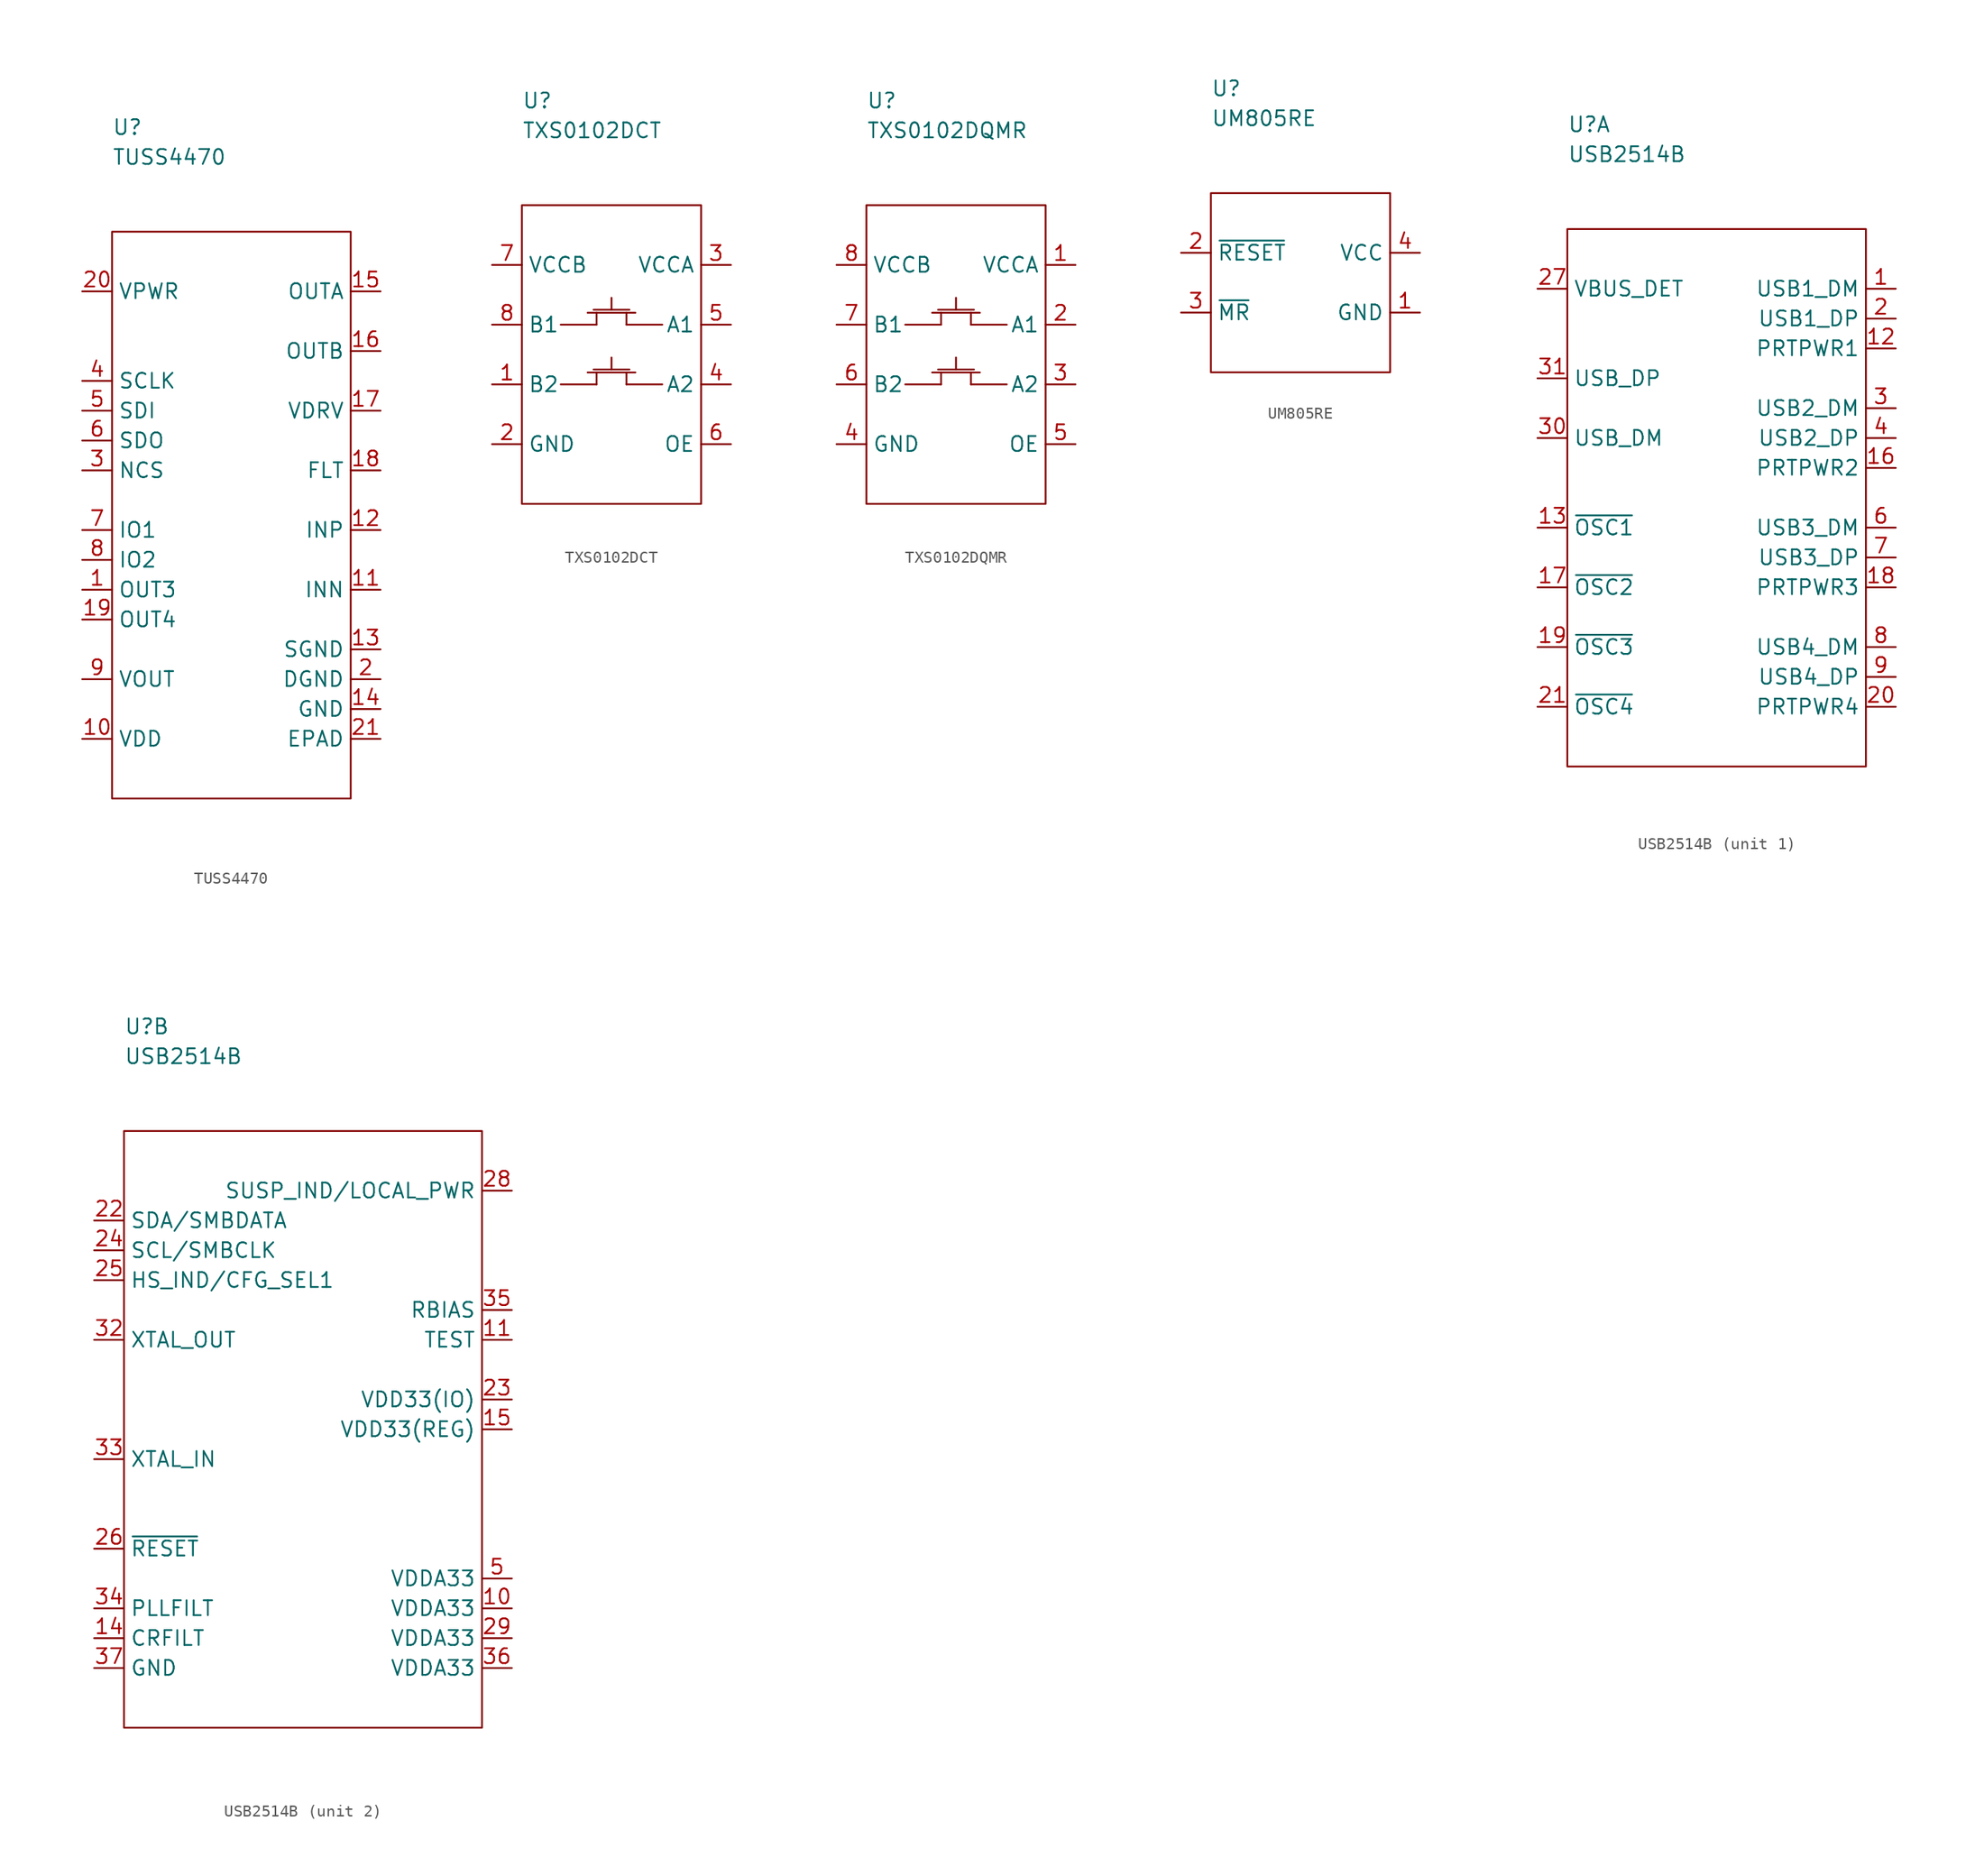
<source format=kicad_sym>
(kicad_symbol_lib
  (version 20211014)
  (generator kicad_symbol_editor)
  (symbol "TUSS4470"
    (property "Reference" "U"
      (at 0 8.89 0)
      (effects (font (size 1.27 1.27)) (justify left)))
    (property "Value" "TUSS4470"
      (at 0 6.35 0)
      (effects (font (size 1.27 1.27)) (justify left)))
    (symbol "TUSS4470_0_1"
      (rectangle (start 0 0) (end 20.32 -48.26) (stroke (width 0) (type default) (color 0 0 0 0)) (fill (type none))))
    (symbol "TUSS4470_1_1"
      (pin passive line (at -2.54 -30.48 0) (length 2.54) (name "OUT3" (effects (font (size 1.27 1.27)))) (number "1" (effects (font (size 1.27 1.27)))))
      (pin passive line (at -2.54 -43.18 0) (length 2.54) (name "VDD" (effects (font (size 1.27 1.27)))) (number "10" (effects (font (size 1.27 1.27)))))
      (pin passive line (at 22.86 -30.48 180) (length 2.54) (name "INN" (effects (font (size 1.27 1.27)))) (number "11" (effects (font (size 1.27 1.27)))))
      (pin passive line (at 22.86 -25.4 180) (length 2.54) (name "INP" (effects (font (size 1.27 1.27)))) (number "12" (effects (font (size 1.27 1.27)))))
      (pin passive line (at 22.86 -35.56 180) (length 2.54) (name "SGND" (effects (font (size 1.27 1.27)))) (number "13" (effects (font (size 1.27 1.27)))))
      (pin passive line (at 22.86 -40.64 180) (length 2.54) (name "GND" (effects (font (size 1.27 1.27)))) (number "14" (effects (font (size 1.27 1.27)))))
      (pin passive line (at 22.86 -5.08 180) (length 2.54) (name "OUTA" (effects (font (size 1.27 1.27)))) (number "15" (effects (font (size 1.27 1.27)))))
      (pin passive line (at 22.86 -10.16 180) (length 2.54) (name "OUTB" (effects (font (size 1.27 1.27)))) (number "16" (effects (font (size 1.27 1.27)))))
      (pin passive line (at 22.86 -15.24 180) (length 2.54) (name "VDRV" (effects (font (size 1.27 1.27)))) (number "17" (effects (font (size 1.27 1.27)))))
      (pin passive line (at 22.86 -20.32 180) (length 2.54) (name "FLT" (effects (font (size 1.27 1.27)))) (number "18" (effects (font (size 1.27 1.27)))))
      (pin passive line (at -2.54 -33.02 0) (length 2.54) (name "OUT4" (effects (font (size 1.27 1.27)))) (number "19" (effects (font (size 1.27 1.27)))))
      (pin passive line (at 22.86 -38.1 180) (length 2.54) (name "DGND" (effects (font (size 1.27 1.27)))) (number "2" (effects (font (size 1.27 1.27)))))
      (pin passive line (at -2.54 -5.08 0) (length 2.54) (name "VPWR" (effects (font (size 1.27 1.27)))) (number "20" (effects (font (size 1.27 1.27)))))
      (pin passive line (at 22.86 -43.18 180) (length 2.54) (name "EPAD" (effects (font (size 1.27 1.27)))) (number "21" (effects (font (size 1.27 1.27)))))
      (pin passive line (at -2.54 -20.32 0) (length 2.54) (name "NCS" (effects (font (size 1.27 1.27)))) (number "3" (effects (font (size 1.27 1.27)))))
      (pin passive line (at -2.54 -12.7 0) (length 2.54) (name "SCLK" (effects (font (size 1.27 1.27)))) (number "4" (effects (font (size 1.27 1.27)))))
      (pin passive line (at -2.54 -15.24 0) (length 2.54) (name "SDI" (effects (font (size 1.27 1.27)))) (number "5" (effects (font (size 1.27 1.27)))))
      (pin passive line (at -2.54 -17.78 0) (length 2.54) (name "SDO" (effects (font (size 1.27 1.27)))) (number "6" (effects (font (size 1.27 1.27)))))
      (pin passive line (at -2.54 -25.4 0) (length 2.54) (name "IO1" (effects (font (size 1.27 1.27)))) (number "7" (effects (font (size 1.27 1.27)))))
      (pin passive line (at -2.54 -27.94 0) (length 2.54) (name "IO2" (effects (font (size 1.27 1.27)))) (number "8" (effects (font (size 1.27 1.27)))))
      (pin passive line (at -2.54 -38.1 0) (length 2.54) (name "VOUT" (effects (font (size 1.27 1.27)))) (number "9" (effects (font (size 1.27 1.27)))))))
  (symbol "TXS0102DCT"
    (property "Reference" "U"
      (at 0 8.89 0)
      (effects (font (size 1.27 1.27)) (justify left)))
    (property "Value" "TXS0102DCT"
      (at 0 6.35 0)
      (effects (font (size 1.27 1.27)) (justify left)))
    (symbol "TXS0102DCT_0_1"
      (polyline (pts (xy 3.302 -15.24) (xy 6.35 -15.24)) (stroke (width 0) (type default) (color 0 0 0 0)) (fill (type none)))
      (polyline (pts (xy 5.588 -14.224) (xy 9.652 -14.224)) (stroke (width 0) (type default) (color 0 0 0 0)) (fill (type none)))
      (polyline (pts (xy 6.096 -13.97) (xy 9.144 -13.97)) (stroke (width 0) (type default) (color 0 0 0 0)) (fill (type none)))
      (polyline (pts (xy 6.35 -15.24) (xy 6.35 -14.224)) (stroke (width 0) (type default) (color 0 0 0 0)) (fill (type none)))
      (polyline (pts (xy 7.62 -13.97) (xy 7.62 -12.954)) (stroke (width 0) (type default) (color 0 0 0 0)) (fill (type none)))
      (polyline (pts (xy 8.89 -15.24) (xy 8.89 -14.224)) (stroke (width 0) (type default) (color 0 0 0 0)) (fill (type none)))
      (polyline (pts (xy 11.938 -15.24) (xy 8.89 -15.24)) (stroke (width 0) (type default) (color 0 0 0 0)) (fill (type none)))
      (rectangle (start 0 0) (end 15.24 -25.4) (stroke (width 0.152) (type default) (color 0 0 0 0)) (fill (type none))))
    (symbol "TXS0102DCT_1_1"
      (polyline (pts (xy 3.302 -10.16) (xy 6.35 -10.16)) (stroke (width 0) (type default) (color 0 0 0 0)) (fill (type none)))
      (polyline (pts (xy 5.588 -9.144) (xy 9.652 -9.144)) (stroke (width 0) (type default) (color 0 0 0 0)) (fill (type none)))
      (polyline (pts (xy 6.096 -8.89) (xy 9.144 -8.89)) (stroke (width 0) (type default) (color 0 0 0 0)) (fill (type none)))
      (polyline (pts (xy 6.35 -10.16) (xy 6.35 -9.144)) (stroke (width 0) (type default) (color 0 0 0 0)) (fill (type none)))
      (polyline (pts (xy 7.62 -8.89) (xy 7.62 -7.874)) (stroke (width 0) (type default) (color 0 0 0 0)) (fill (type none)))
      (polyline (pts (xy 8.89 -10.16) (xy 8.89 -9.144)) (stroke (width 0) (type default) (color 0 0 0 0)) (fill (type none)))
      (polyline (pts (xy 11.938 -10.16) (xy 8.89 -10.16)) (stroke (width 0) (type default) (color 0 0 0 0)) (fill (type none)))
      (pin passive line (at -2.54 -15.24 0) (length 2.54) (name "B2" (effects (font (size 1.27 1.27)))) (number "1" (effects (font (size 1.27 1.27)))))
      (pin passive line (at -2.54 -20.32 0) (length 2.54) (name "GND" (effects (font (size 1.27 1.27)))) (number "2" (effects (font (size 1.27 1.27)))))
      (pin passive line (at 17.78 -5.08 180) (length 2.54) (name "VCCA" (effects (font (size 1.27 1.27)))) (number "3" (effects (font (size 1.27 1.27)))))
      (pin passive line (at 17.78 -15.24 180) (length 2.54) (name "A2" (effects (font (size 1.27 1.27)))) (number "4" (effects (font (size 1.27 1.27)))))
      (pin passive line (at 17.78 -10.16 180) (length 2.54) (name "A1" (effects (font (size 1.27 1.27)))) (number "5" (effects (font (size 1.27 1.27)))))
      (pin passive line (at 17.78 -20.32 180) (length 2.54) (name "OE" (effects (font (size 1.27 1.27)))) (number "6" (effects (font (size 1.27 1.27)))))
      (pin passive line (at -2.54 -5.08 0) (length 2.54) (name "VCCB" (effects (font (size 1.27 1.27)))) (number "7" (effects (font (size 1.27 1.27)))))
      (pin passive line (at -2.54 -10.16 0) (length 2.54) (name "B1" (effects (font (size 1.27 1.27)))) (number "8" (effects (font (size 1.27 1.27)))))))
  (symbol "TXS0102DQMR"
    (property "Reference" "U"
      (at 0 8.89 0)
      (effects (font (size 1.27 1.27)) (justify left)))
    (property "Value" "TXS0102DQMR"
      (at 0 6.35 0)
      (effects (font (size 1.27 1.27)) (justify left)))
    (symbol "TXS0102DQMR_0_1"
      (polyline (pts (xy 3.302 -15.24) (xy 6.35 -15.24)) (stroke (width 0) (type default) (color 0 0 0 0)) (fill (type none)))
      (polyline (pts (xy 5.588 -14.224) (xy 9.652 -14.224)) (stroke (width 0) (type default) (color 0 0 0 0)) (fill (type none)))
      (polyline (pts (xy 6.096 -13.97) (xy 9.144 -13.97)) (stroke (width 0) (type default) (color 0 0 0 0)) (fill (type none)))
      (polyline (pts (xy 6.35 -15.24) (xy 6.35 -14.224)) (stroke (width 0) (type default) (color 0 0 0 0)) (fill (type none)))
      (polyline (pts (xy 7.62 -13.97) (xy 7.62 -12.954)) (stroke (width 0) (type default) (color 0 0 0 0)) (fill (type none)))
      (polyline (pts (xy 8.89 -15.24) (xy 8.89 -14.224)) (stroke (width 0) (type default) (color 0 0 0 0)) (fill (type none)))
      (polyline (pts (xy 11.938 -15.24) (xy 8.89 -15.24)) (stroke (width 0) (type default) (color 0 0 0 0)) (fill (type none)))
      (rectangle (start 0 0) (end 15.24 -25.4) (stroke (width 0.152) (type default) (color 0 0 0 0)) (fill (type none))))
    (symbol "TXS0102DQMR_1_1"
      (polyline (pts (xy 3.302 -10.16) (xy 6.35 -10.16)) (stroke (width 0) (type default) (color 0 0 0 0)) (fill (type none)))
      (polyline (pts (xy 5.588 -9.144) (xy 9.652 -9.144)) (stroke (width 0) (type default) (color 0 0 0 0)) (fill (type none)))
      (polyline (pts (xy 6.096 -8.89) (xy 9.144 -8.89)) (stroke (width 0) (type default) (color 0 0 0 0)) (fill (type none)))
      (polyline (pts (xy 6.35 -10.16) (xy 6.35 -9.144)) (stroke (width 0) (type default) (color 0 0 0 0)) (fill (type none)))
      (polyline (pts (xy 7.62 -8.89) (xy 7.62 -7.874)) (stroke (width 0) (type default) (color 0 0 0 0)) (fill (type none)))
      (polyline (pts (xy 8.89 -10.16) (xy 8.89 -9.144)) (stroke (width 0) (type default) (color 0 0 0 0)) (fill (type none)))
      (polyline (pts (xy 11.938 -10.16) (xy 8.89 -10.16)) (stroke (width 0) (type default) (color 0 0 0 0)) (fill (type none)))
      (pin passive line (at 17.78 -5.08 180) (length 2.54) (name "VCCA" (effects (font (size 1.27 1.27)))) (number "1" (effects (font (size 1.27 1.27)))))
      (pin passive line (at 17.78 -10.16 180) (length 2.54) (name "A1" (effects (font (size 1.27 1.27)))) (number "2" (effects (font (size 1.27 1.27)))))
      (pin passive line (at 17.78 -15.24 180) (length 2.54) (name "A2" (effects (font (size 1.27 1.27)))) (number "3" (effects (font (size 1.27 1.27)))))
      (pin passive line (at -2.54 -20.32 0) (length 2.54) (name "GND" (effects (font (size 1.27 1.27)))) (number "4" (effects (font (size 1.27 1.27)))))
      (pin passive line (at 17.78 -20.32 180) (length 2.54) (name "OE" (effects (font (size 1.27 1.27)))) (number "5" (effects (font (size 1.27 1.27)))))
      (pin passive line (at -2.54 -15.24 0) (length 2.54) (name "B2" (effects (font (size 1.27 1.27)))) (number "6" (effects (font (size 1.27 1.27)))))
      (pin passive line (at -2.54 -10.16 0) (length 2.54) (name "B1" (effects (font (size 1.27 1.27)))) (number "7" (effects (font (size 1.27 1.27)))))
      (pin passive line (at -2.54 -5.08 0) (length 2.54) (name "VCCB" (effects (font (size 1.27 1.27)))) (number "8" (effects (font (size 1.27 1.27)))))))
  (symbol "UM805RE"
    (property "Reference" "U"
      (at 0 8.89 0)
      (effects (font (size 1.27 1.27)) (justify left)))
    (property "Value" "UM805RE"
      (at 0 6.35 0)
      (effects (font (size 1.27 1.27)) (justify left)))
    (symbol "UM805RE_0_1"
      (rectangle (start 0 0) (end 15.24 -15.24) (stroke (width 0) (type default) (color 0 0 0 0)) (fill (type none))))
    (symbol "UM805RE_1_1"
      (pin passive line (at 17.78 -10.16 180) (length 2.54) (name "GND" (effects (font (size 1.27 1.27)))) (number "1" (effects (font (size 1.27 1.27)))))
      (pin passive line (at -2.54 -5.08 0) (length 2.54) (name "~{RESET}" (effects (font (size 1.27 1.27)))) (number "2" (effects (font (size 1.27 1.27)))))
      (pin passive line (at -2.54 -10.16 0) (length 2.54) (name "~{MR}" (effects (font (size 1.27 1.27)))) (number "3" (effects (font (size 1.27 1.27)))))
      (pin passive line (at 17.78 -5.08 180) (length 2.54) (name "VCC" (effects (font (size 1.27 1.27)))) (number "4" (effects (font (size 1.27 1.27)))))))
  (symbol "USB2514B"
    (property "Reference" "U"
      (at 0 8.89 0)
      (effects (font (size 1.27 1.27)) (justify left)))
    (property "Value" "USB2514B"
      (at 0 6.35 0)
      (effects (font (size 1.27 1.27)) (justify left)))
    (symbol "USB2514B_1_1"
      (rectangle (start 0 0) (end 25.4 -45.72) (stroke (width 0.152) (type default) (color 0 0 0 0)) (fill (type none)))
      (pin passive line (at 27.94 -5.08 180) (length 2.54) (name "USB1_DM" (effects (font (size 1.27 1.27)))) (number "1" (effects (font (size 1.27 1.27)))))
      (pin passive line (at 27.94 -10.16 180) (length 2.54) (name "PRTPWR1" (effects (font (size 1.27 1.27)))) (number "12" (effects (font (size 1.27 1.27)))))
      (pin passive line (at -2.54 -25.4 0) (length 2.54) (name "~{OSC1}" (effects (font (size 1.27 1.27)))) (number "13" (effects (font (size 1.27 1.27)))))
      (pin passive line (at 27.94 -20.32 180) (length 2.54) (name "PRTPWR2" (effects (font (size 1.27 1.27)))) (number "16" (effects (font (size 1.27 1.27)))))
      (pin passive line (at -2.54 -30.48 0) (length 2.54) (name "~{OSC2}" (effects (font (size 1.27 1.27)))) (number "17" (effects (font (size 1.27 1.27)))))
      (pin passive line (at 27.94 -30.48 180) (length 2.54) (name "PRTPWR3" (effects (font (size 1.27 1.27)))) (number "18" (effects (font (size 1.27 1.27)))))
      (pin passive line (at -2.54 -35.56 0) (length 2.54) (name "~{OSC3}" (effects (font (size 1.27 1.27)))) (number "19" (effects (font (size 1.27 1.27)))))
      (pin passive line (at 27.94 -7.62 180) (length 2.54) (name "USB1_DP" (effects (font (size 1.27 1.27)))) (number "2" (effects (font (size 1.27 1.27)))))
      (pin passive line (at 27.94 -40.64 180) (length 2.54) (name "PRTPWR4" (effects (font (size 1.27 1.27)))) (number "20" (effects (font (size 1.27 1.27)))))
      (pin passive line (at -2.54 -40.64 0) (length 2.54) (name "~{OSC4}" (effects (font (size 1.27 1.27)))) (number "21" (effects (font (size 1.27 1.27)))))
      (pin passive line (at -2.54 -5.08 0) (length 2.54) (name "VBUS_DET" (effects (font (size 1.27 1.27)))) (number "27" (effects (font (size 1.27 1.27)))))
      (pin passive line (at 27.94 -15.24 180) (length 2.54) (name "USB2_DM" (effects (font (size 1.27 1.27)))) (number "3" (effects (font (size 1.27 1.27)))))
      (pin passive line (at -2.54 -17.78 0) (length 2.54) (name "USB_DM" (effects (font (size 1.27 1.27)))) (number "30" (effects (font (size 1.27 1.27)))))
      (pin passive line (at -2.54 -12.7 0) (length 2.54) (name "USB_DP" (effects (font (size 1.27 1.27)))) (number "31" (effects (font (size 1.27 1.27)))))
      (pin passive line (at 27.94 -17.78 180) (length 2.54) (name "USB2_DP" (effects (font (size 1.27 1.27)))) (number "4" (effects (font (size 1.27 1.27)))))
      (pin passive line (at 27.94 -25.4 180) (length 2.54) (name "USB3_DM" (effects (font (size 1.27 1.27)))) (number "6" (effects (font (size 1.27 1.27)))))
      (pin passive line (at 27.94 -27.94 180) (length 2.54) (name "USB3_DP" (effects (font (size 1.27 1.27)))) (number "7" (effects (font (size 1.27 1.27)))))
      (pin passive line (at 27.94 -35.56 180) (length 2.54) (name "USB4_DM" (effects (font (size 1.27 1.27)))) (number "8" (effects (font (size 1.27 1.27)))))
      (pin passive line (at 27.94 -38.1 180) (length 2.54) (name "USB4_DP" (effects (font (size 1.27 1.27)))) (number "9" (effects (font (size 1.27 1.27))))))
    (symbol "USB2514B_2_1"
      (rectangle (start 0 0) (end 30.48 -50.8) (stroke (width 0.152) (type default) (color 0 0 0 0)) (fill (type none)))
      (pin passive line (at 33.02 -40.64 180) (length 2.54) (name "VDDA33" (effects (font (size 1.27 1.27)))) (number "10" (effects (font (size 1.27 1.27)))))
      (pin passive line (at 33.02 -17.78 180) (length 2.54) (name "TEST" (effects (font (size 1.27 1.27)))) (number "11" (effects (font (size 1.27 1.27)))))
      (pin passive line (at -2.54 -43.18 0) (length 2.54) (name "CRFILT" (effects (font (size 1.27 1.27)))) (number "14" (effects (font (size 1.27 1.27)))))
      (pin passive line (at 33.02 -25.4 180) (length 2.54) (name "VDD33(REG)" (effects (font (size 1.27 1.27)))) (number "15" (effects (font (size 1.27 1.27)))))
      (pin passive line (at -2.54 -7.62 0) (length 2.54) (name "SDA/SMBDATA" (effects (font (size 1.27 1.27)))) (number "22" (effects (font (size 1.27 1.27)))))
      (pin passive line (at 33.02 -22.86 180) (length 2.54) (name "VDD33(IO)" (effects (font (size 1.27 1.27)))) (number "23" (effects (font (size 1.27 1.27)))))
      (pin passive line (at -2.54 -10.16 0) (length 2.54) (name "SCL/SMBCLK" (effects (font (size 1.27 1.27)))) (number "24" (effects (font (size 1.27 1.27)))))
      (pin passive line (at -2.54 -12.7 0) (length 2.54) (name "HS_IND/CFG_SEL1" (effects (font (size 1.27 1.27)))) (number "25" (effects (font (size 1.27 1.27)))))
      (pin passive line (at -2.54 -35.56 0) (length 2.54) (name "~{RESET}" (effects (font (size 1.27 1.27)))) (number "26" (effects (font (size 1.27 1.27)))))
      (pin passive line (at 33.02 -5.08 180) (length 2.54) (name "SUSP_IND/LOCAL_PWR" (effects (font (size 1.27 1.27)))) (number "28" (effects (font (size 1.27 1.27)))))
      (pin passive line (at 33.02 -43.18 180) (length 2.54) (name "VDDA33" (effects (font (size 1.27 1.27)))) (number "29" (effects (font (size 1.27 1.27)))))
      (pin passive line (at -2.54 -17.78 0) (length 2.54) (name "XTAL_OUT" (effects (font (size 1.27 1.27)))) (number "32" (effects (font (size 1.27 1.27)))))
      (pin passive line (at -2.54 -27.94 0) (length 2.54) (name "XTAL_IN" (effects (font (size 1.27 1.27)))) (number "33" (effects (font (size 1.27 1.27)))))
      (pin passive line (at -2.54 -40.64 0) (length 2.54) (name "PLLFILT" (effects (font (size 1.27 1.27)))) (number "34" (effects (font (size 1.27 1.27)))))
      (pin passive line (at 33.02 -15.24 180) (length 2.54) (name "RBIAS" (effects (font (size 1.27 1.27)))) (number "35" (effects (font (size 1.27 1.27)))))
      (pin passive line (at 33.02 -45.72 180) (length 2.54) (name "VDDA33" (effects (font (size 1.27 1.27)))) (number "36" (effects (font (size 1.27 1.27)))))
      (pin passive line (at -2.54 -45.72 0) (length 2.54) (name "GND" (effects (font (size 1.27 1.27)))) (number "37" (effects (font (size 1.27 1.27)))))
      (pin passive line (at 33.02 -38.1 180) (length 2.54) (name "VDDA33" (effects (font (size 1.27 1.27)))) (number "5" (effects (font (size 1.27 1.27))))))))
</source>
